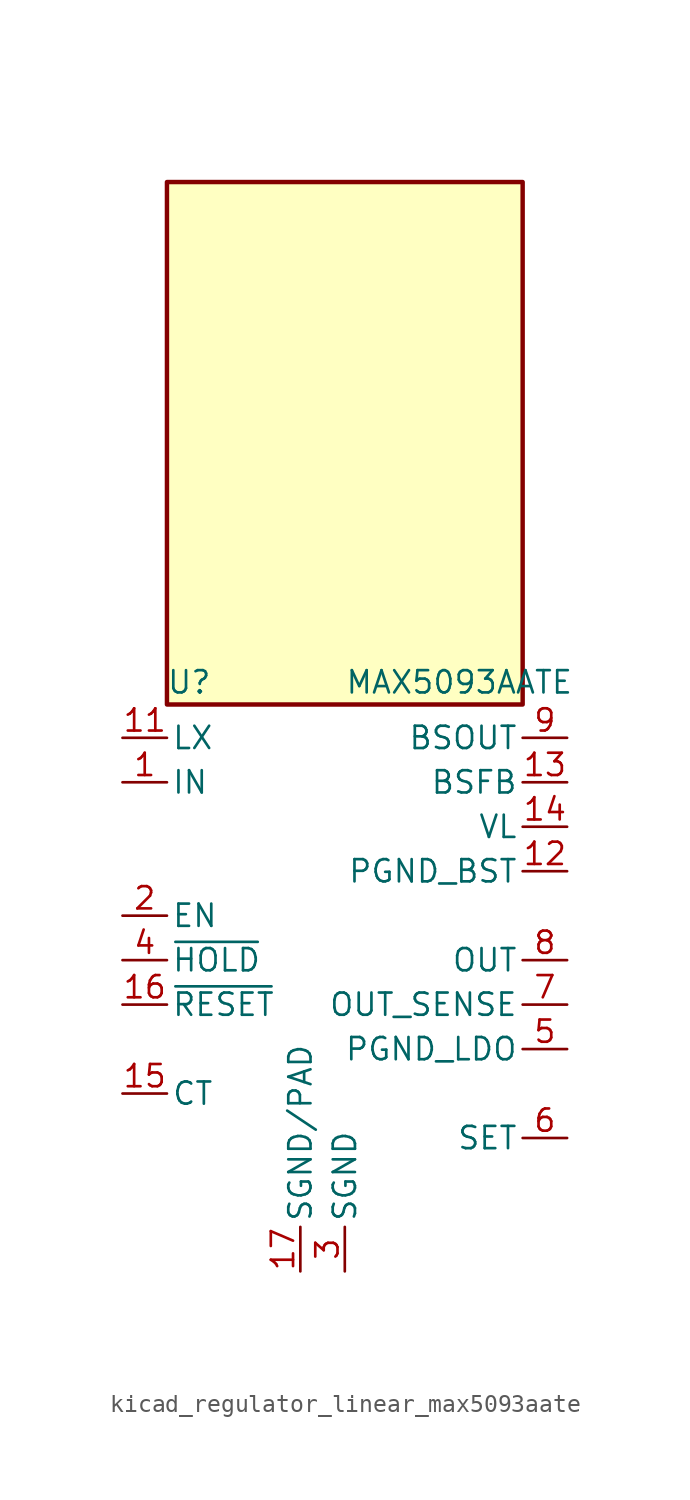
<source format=kicad_sym>
(kicad_symbol_lib
  (version 20220914)
  (generator kicad_symbol_editor)
  (symbol "kicad_regulator_linear_max5093aate"
    (pin_names
      (offset 0.254))
    (property "Reference" "U"
      (at -8.89 15.875 0)
      (effects (font (size 1.27 1.27))))
    (property "Value" "MAX5093AATE"
      (at 0 15.875 0)
      (effects (font (size 1.27 1.27)) (justify left)))
    (symbol "kicad_regulator_linear_max5093aate_0_1"
      (rectangle (start 10.16 44.45) (end -10.16 14.605) (stroke (width 0.254) (type default)) (fill (type background))))
    (symbol "kicad_regulator_linear_max5093aate_1_1"
      (pin power_in line (at -12.7 10.16 0) (length 2.54) (name "IN" (effects (font (size 1.27 1.27)))) (number "1" (effects (font (size 1.27 1.27)))))
      (pin passive line (at -12.7 12.7 0) (length 2.54) hide (name "LX" (effects (font (size 1.27 1.27)))) (number "10" (effects (font (size 1.27 1.27)))))
      (pin passive line (at -12.7 12.7 0) (length 2.54) (name "LX" (effects (font (size 1.27 1.27)))) (number "11" (effects (font (size 1.27 1.27)))))
      (pin power_in line (at 12.7 5.08 180) (length 2.54) (name "PGND_BST" (effects (font (size 1.27 1.27)))) (number "12" (effects (font (size 1.27 1.27)))))
      (pin input line (at 12.7 10.16 180) (length 2.54) (name "BSFB" (effects (font (size 1.27 1.27)))) (number "13" (effects (font (size 1.27 1.27)))))
      (pin passive line (at 12.7 7.62 180) (length 2.54) (name "VL" (effects (font (size 1.27 1.27)))) (number "14" (effects (font (size 1.27 1.27)))))
      (pin passive line (at -12.7 -7.62 0) (length 2.54) (name "CT" (effects (font (size 1.27 1.27)))) (number "15" (effects (font (size 1.27 1.27)))))
      (pin open_collector line (at -12.7 -2.54 0) (length 2.54) (name "~{RESET}" (effects (font (size 1.27 1.27)))) (number "16" (effects (font (size 1.27 1.27)))))
      (pin power_in line (at -2.54 -17.78 90) (length 2.54) (name "SGND/PAD" (effects (font (size 1.27 1.27)))) (number "17" (effects (font (size 1.27 1.27)))))
      (pin input line (at -12.7 2.54 0) (length 2.54) (name "EN" (effects (font (size 1.27 1.27)))) (number "2" (effects (font (size 1.27 1.27)))))
      (pin power_in line (at 0 -17.78 90) (length 2.54) (name "SGND" (effects (font (size 1.27 1.27)))) (number "3" (effects (font (size 1.27 1.27)))))
      (pin input line (at -12.7 0 0) (length 2.54) (name "~{HOLD}" (effects (font (size 1.27 1.27)))) (number "4" (effects (font (size 1.27 1.27)))))
      (pin power_in line (at 12.7 -5.08 180) (length 2.54) (name "PGND_LDO" (effects (font (size 1.27 1.27)))) (number "5" (effects (font (size 1.27 1.27)))))
      (pin input line (at 12.7 -10.16 180) (length 2.54) (name "SET" (effects (font (size 1.27 1.27)))) (number "6" (effects (font (size 1.27 1.27)))))
      (pin input line (at 12.7 -2.54 180) (length 2.54) (name "OUT_SENSE" (effects (font (size 1.27 1.27)))) (number "7" (effects (font (size 1.27 1.27)))))
      (pin power_out line (at 12.7 0 180) (length 2.54) (name "OUT" (effects (font (size 1.27 1.27)))) (number "8" (effects (font (size 1.27 1.27)))))
      (pin power_out line (at 12.7 12.7 180) (length 2.54) (name "BSOUT" (effects (font (size 1.27 1.27)))) (number "9" (effects (font (size 1.27 1.27))))))))
</source>
